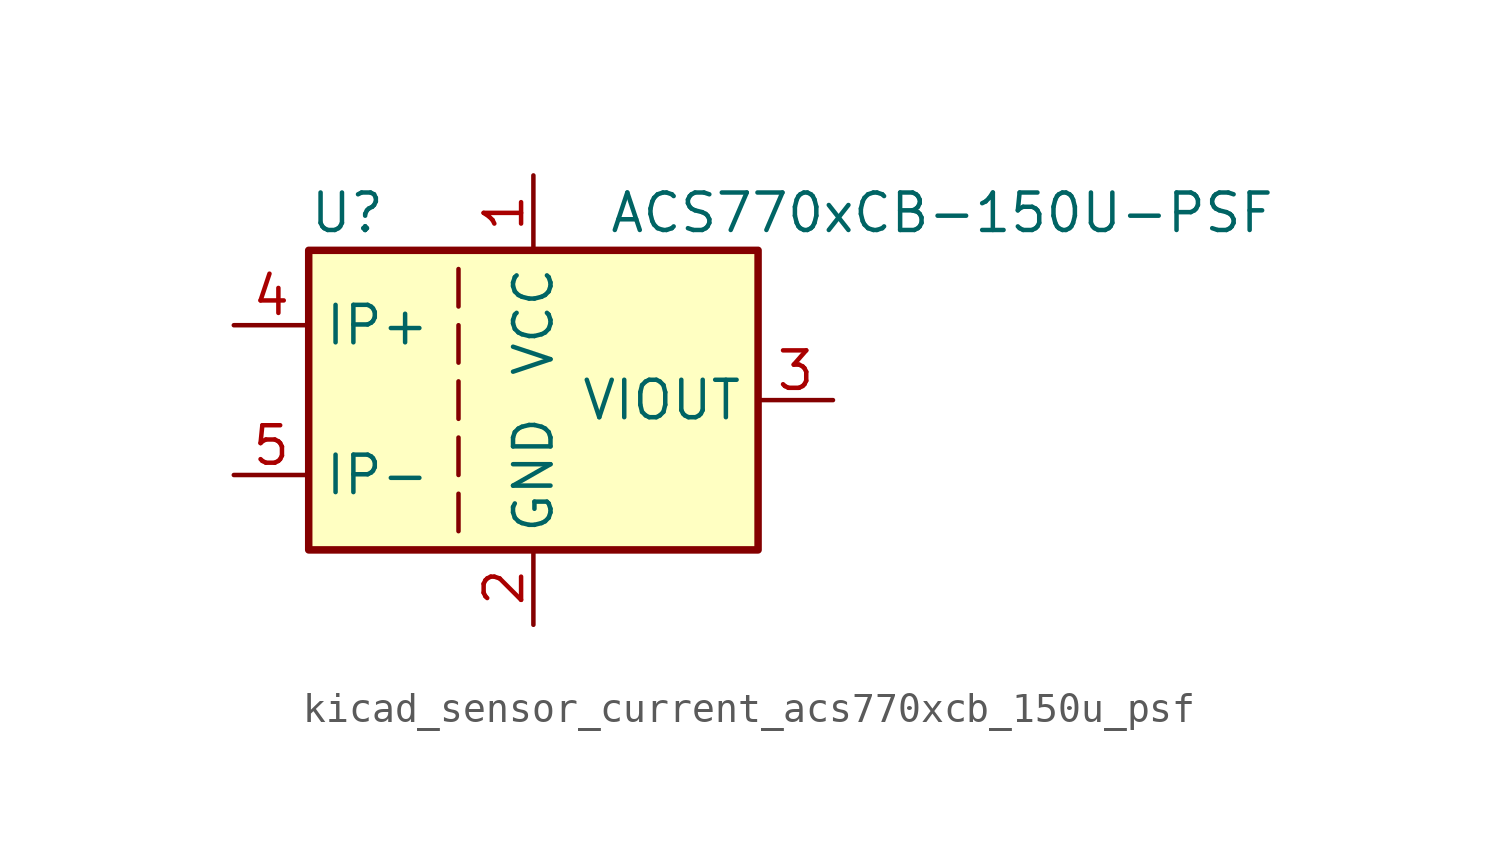
<source format=kicad_sym>
(kicad_symbol_lib
  (version 20220914)
  (generator kicad_symbol_editor)
  (symbol "kicad_sensor_current_acs770xcb_150u_psf"
    (property "Reference" "U"
      (at -7.62 6.35 0)
      (effects (font (size 1.27 1.27)) (justify left)))
    (property "Value" "ACS770xCB-150U-PSF"
      (at 2.54 6.35 0)
      (effects (font (size 1.27 1.27)) (justify left)))
    (symbol "kicad_sensor_current_acs770xcb_150u_psf_0_1"
      (rectangle (start -7.62 5.08) (end 7.62 -5.08) (stroke (width 0.254) (type default)) (fill (type background)))
      (polyline (pts (xy -2.54 -3.175) (xy -2.54 -4.445)) (stroke (width 0) (type default)) (fill (type none)))
      (polyline (pts (xy -2.54 -1.27) (xy -2.54 -2.54)) (stroke (width 0) (type default)) (fill (type none)))
      (polyline (pts (xy -2.54 0.635) (xy -2.54 -0.635)) (stroke (width 0) (type default)) (fill (type none)))
      (polyline (pts (xy -2.54 1.27) (xy -2.54 2.54)) (stroke (width 0) (type default)) (fill (type none)))
      (polyline (pts (xy -2.54 3.175) (xy -2.54 4.445)) (stroke (width 0) (type default)) (fill (type none))))
    (symbol "kicad_sensor_current_acs770xcb_150u_psf_1_1"
      (pin power_in line (at 0 7.62 270) (length 2.54) (name "VCC" (effects (font (size 1.27 1.27)))) (number "1" (effects (font (size 1.27 1.27)))))
      (pin power_in line (at 0 -7.62 90) (length 2.54) (name "GND" (effects (font (size 1.27 1.27)))) (number "2" (effects (font (size 1.27 1.27)))))
      (pin output line (at 10.16 0 180) (length 2.54) (name "VIOUT" (effects (font (size 1.27 1.27)))) (number "3" (effects (font (size 1.27 1.27)))))
      (pin passive line (at -10.16 2.54 0) (length 2.54) (name "IP+" (effects (font (size 1.27 1.27)))) (number "4" (effects (font (size 1.27 1.27)))))
      (pin passive line (at -10.16 -2.54 0) (length 2.54) (name "IP-" (effects (font (size 1.27 1.27)))) (number "5" (effects (font (size 1.27 1.27))))))))
</source>
